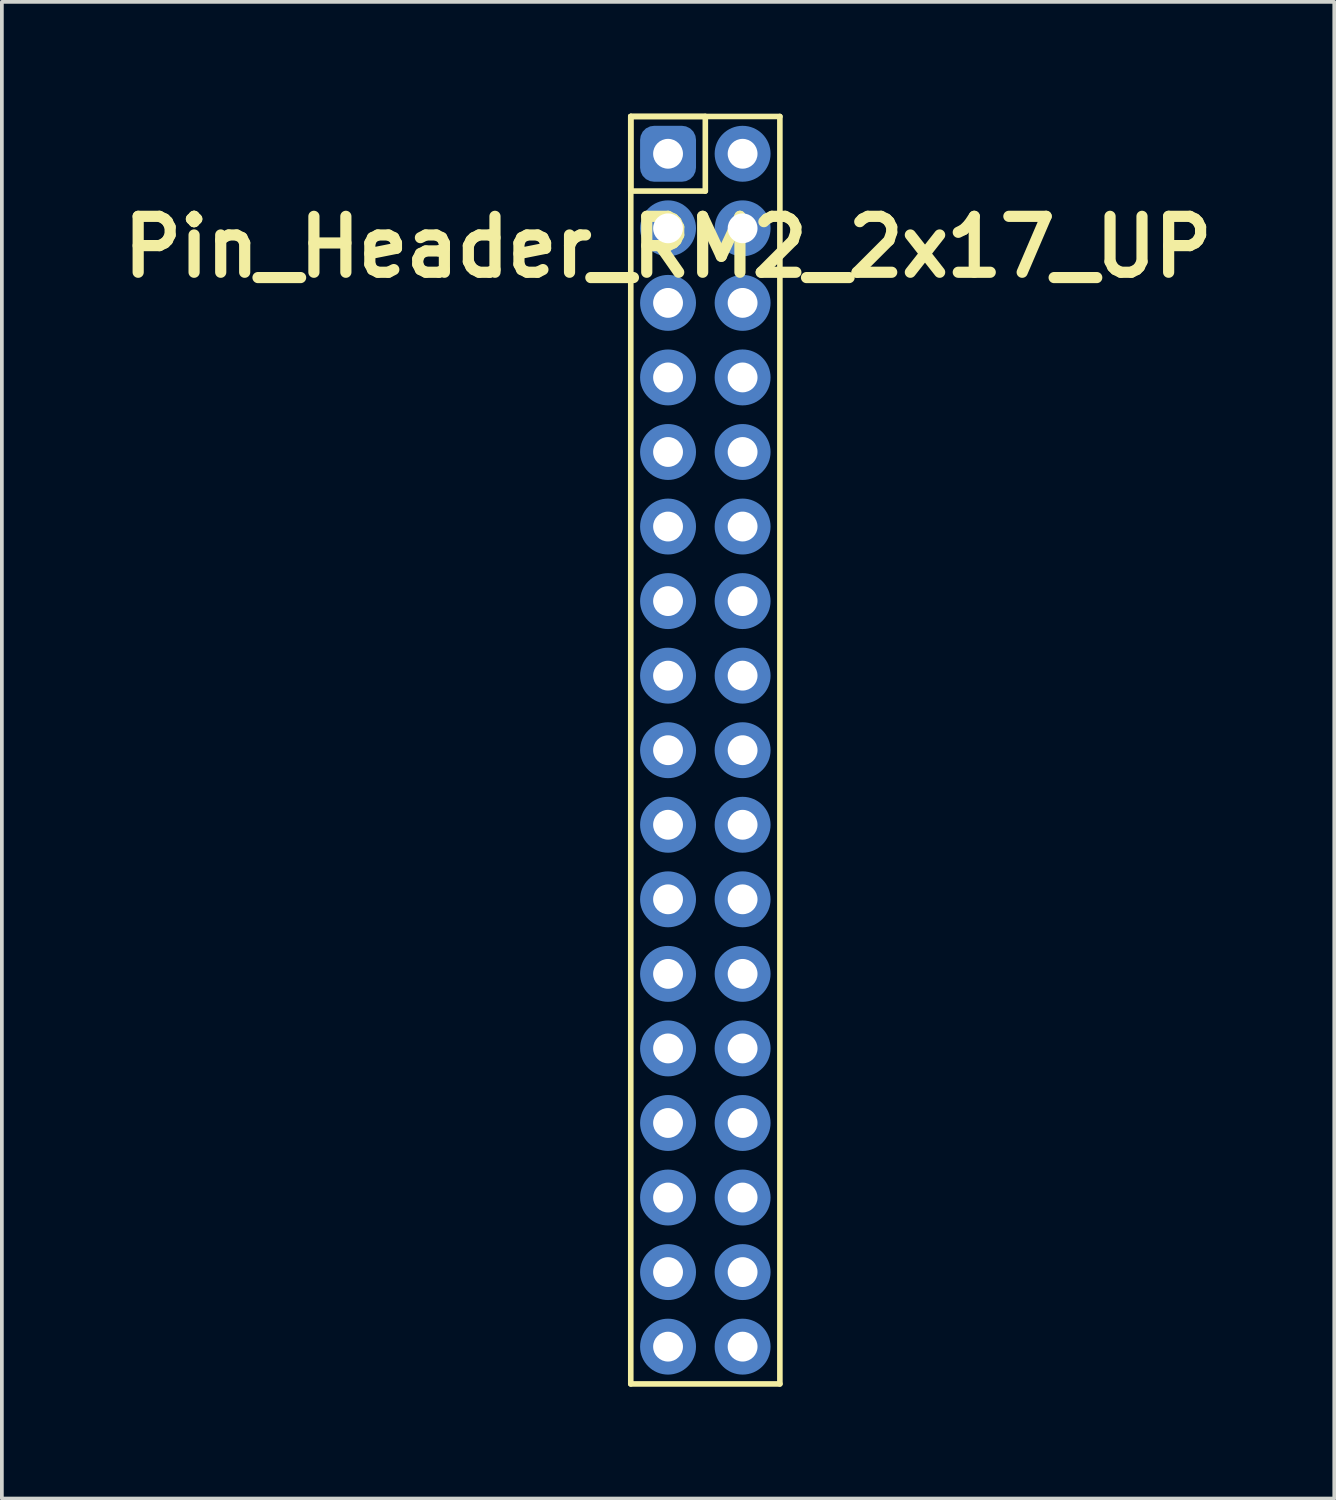
<source format=kicad_pcb>
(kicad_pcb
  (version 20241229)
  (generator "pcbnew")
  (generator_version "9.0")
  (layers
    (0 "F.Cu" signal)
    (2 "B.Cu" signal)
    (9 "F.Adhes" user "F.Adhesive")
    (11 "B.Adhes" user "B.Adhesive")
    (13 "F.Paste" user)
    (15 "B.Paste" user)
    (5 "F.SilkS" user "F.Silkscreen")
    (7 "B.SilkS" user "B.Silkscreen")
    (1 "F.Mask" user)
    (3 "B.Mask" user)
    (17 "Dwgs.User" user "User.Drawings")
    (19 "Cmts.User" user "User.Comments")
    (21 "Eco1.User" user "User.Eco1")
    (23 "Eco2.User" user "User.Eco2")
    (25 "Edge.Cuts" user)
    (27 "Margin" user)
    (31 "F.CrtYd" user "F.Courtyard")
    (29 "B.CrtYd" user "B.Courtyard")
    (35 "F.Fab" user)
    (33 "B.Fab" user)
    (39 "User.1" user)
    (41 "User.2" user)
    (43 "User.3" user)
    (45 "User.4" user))
  (footprint "Pin_Header_RM2_2x17_UP"
    (layer "F.Cu")
    (at 14.871 1.075)
    (property "Reference" "Pin_Header_RM2_2x17_UP" (at 0 2.5 0) (layer "F.SilkS") (effects (font (size 1.5 1.5) (thickness 0.3))))
    (attr through_hole)
    (fp_line (start -1 -1) (end 1 -1) (stroke (width 0.15) (type solid)) (layer "F.SilkS"))
    (fp_line (start -1 -1) (end 3 -1) (stroke (width 0.15) (type solid)) (layer "F.SilkS"))
    (fp_line (start -1 1) (end -1 -1) (stroke (width 0.15) (type solid)) (layer "F.SilkS"))
    (fp_line (start -1 33) (end -1 -1) (stroke (width 0.15) (type solid)) (layer "F.SilkS"))
    (fp_line (start 1 -1) (end 1 1) (stroke (width 0.15) (type solid)) (layer "F.SilkS"))
    (fp_line (start 1 1) (end -1 1) (stroke (width 0.15) (type solid)) (layer "F.SilkS"))
    (fp_line (start 3 -1) (end 3 33) (stroke (width 0.15) (type solid)) (layer "F.SilkS"))
    (fp_line (start 3 33) (end -1 33) (stroke (width 0.15) (type solid)) (layer "F.SilkS"))
    (pad "1" thru_hole circle (at 0 0) (size 1.1 1.1) (drill 0.8) (layers "*.Cu" "*.Mask"))
    (pad "1" smd roundrect (at 0 0) (size 1.25 1.25) (layers "F.Cu" "F.Mask") (roundrect_rratio 0.25))
    (pad "1" smd roundrect (at 0 0) (size 1.5 1.5) (layers "B.Cu" "B.Mask") (roundrect_rratio 0.25))
    (pad "2" thru_hole circle (at 2 0) (size 1.1 1.1) (drill 0.8) (layers "*.Cu" "*.Mask"))
    (pad "2" smd circle (at 2 0) (size 1.25 1.25) (layers "F.Cu" "F.Mask"))
    (pad "2" smd circle (at 2 0) (size 1.5 1.5) (layers "B.Cu" "B.Mask"))
    (pad "3" thru_hole circle (at 0 2) (size 1.1 1.1) (drill 0.8) (layers "*.Cu" "*.Mask"))
    (pad "3" smd circle (at 0 2) (size 1.25 1.25) (layers "F.Cu" "F.Mask"))
    (pad "3" smd circle (at 0 2) (size 1.5 1.5) (layers "B.Cu" "B.Mask"))
    (pad "4" thru_hole circle (at 2 2) (size 1.1 1.1) (drill 0.8) (layers "*.Cu" "*.Mask"))
    (pad "4" smd circle (at 2 2) (size 1.25 1.25) (layers "F.Cu" "F.Mask"))
    (pad "4" smd circle (at 2 2) (size 1.5 1.5) (layers "B.Cu" "B.Mask"))
    (pad "5" thru_hole circle (at 0 4) (size 1.1 1.1) (drill 0.8) (layers "*.Cu" "*.Mask"))
    (pad "5" smd circle (at 0 4) (size 1.25 1.25) (layers "F.Cu" "F.Mask"))
    (pad "5" smd circle (at 0 4) (size 1.5 1.5) (layers "B.Cu" "B.Mask"))
    (pad "6" thru_hole circle (at 2 4) (size 1.1 1.1) (drill 0.8) (layers "*.Cu" "*.Mask"))
    (pad "6" smd circle (at 2 4) (size 1.25 1.25) (layers "F.Cu" "F.Mask"))
    (pad "6" smd circle (at 2 4) (size 1.5 1.5) (layers "B.Cu" "B.Mask"))
    (pad "7" thru_hole circle (at 0 6) (size 1.1 1.1) (drill 0.8) (layers "*.Cu" "*.Mask"))
    (pad "7" smd circle (at 0 6) (size 1.25 1.25) (layers "F.Cu" "F.Mask"))
    (pad "7" smd circle (at 0 6) (size 1.5 1.5) (layers "B.Cu" "B.Mask"))
    (pad "8" thru_hole circle (at 2 6) (size 1.1 1.1) (drill 0.8) (layers "*.Cu" "*.Mask"))
    (pad "8" smd circle (at 2 6) (size 1.25 1.25) (layers "F.Cu" "F.Mask"))
    (pad "8" smd circle (at 2 6) (size 1.5 1.5) (layers "B.Cu" "B.Mask"))
    (pad "9" thru_hole circle (at 0 8) (size 1.1 1.1) (drill 0.8) (layers "*.Cu" "*.Mask"))
    (pad "9" smd circle (at 0 8) (size 1.25 1.25) (layers "F.Cu" "F.Mask"))
    (pad "9" smd circle (at 0 8) (size 1.5 1.5) (layers "B.Cu" "B.Mask"))
    (pad "10" thru_hole circle (at 2 8) (size 1.1 1.1) (drill 0.8) (layers "*.Cu" "*.Mask"))
    (pad "10" smd circle (at 2 8) (size 1.25 1.25) (layers "F.Cu" "F.Mask"))
    (pad "10" smd circle (at 2 8) (size 1.5 1.5) (layers "B.Cu" "B.Mask"))
    (pad "11" thru_hole circle (at 0 10) (size 1.1 1.1) (drill 0.8) (layers "*.Cu" "*.Mask"))
    (pad "11" smd circle (at 0 10) (size 1.25 1.25) (layers "F.Cu" "F.Mask"))
    (pad "11" smd circle (at 0 10) (size 1.5 1.5) (layers "B.Cu" "B.Mask"))
    (pad "12" thru_hole circle (at 2 10) (size 1.1 1.1) (drill 0.8) (layers "*.Cu" "*.Mask"))
    (pad "12" smd circle (at 2 10) (size 1.25 1.25) (layers "F.Cu" "F.Mask"))
    (pad "12" smd circle (at 2 10) (size 1.5 1.5) (layers "B.Cu" "B.Mask"))
    (pad "13" thru_hole circle (at 0 12) (size 1.1 1.1) (drill 0.8) (layers "*.Cu" "*.Mask"))
    (pad "13" smd circle (at 0 12) (size 1.25 1.25) (layers "F.Cu" "F.Mask"))
    (pad "13" smd circle (at 0 12) (size 1.5 1.5) (layers "B.Cu" "B.Mask"))
    (pad "14" thru_hole circle (at 2 12) (size 1.1 1.1) (drill 0.8) (layers "*.Cu" "*.Mask"))
    (pad "14" smd circle (at 2 12) (size 1.25 1.25) (layers "F.Cu" "F.Mask"))
    (pad "14" smd circle (at 2 12) (size 1.5 1.5) (layers "B.Cu" "B.Mask"))
    (pad "15" thru_hole circle (at 0 14) (size 1.1 1.1) (drill 0.8) (layers "*.Cu" "*.Mask"))
    (pad "15" smd circle (at 0 14) (size 1.25 1.25) (layers "F.Cu" "F.Mask"))
    (pad "15" smd circle (at 0 14) (size 1.5 1.5) (layers "B.Cu" "B.Mask"))
    (pad "16" thru_hole circle (at 2 14) (size 1.1 1.1) (drill 0.8) (layers "*.Cu" "*.Mask"))
    (pad "16" smd circle (at 2 14) (size 1.25 1.25) (layers "F.Cu" "F.Mask"))
    (pad "16" smd circle (at 2 14) (size 1.5 1.5) (layers "B.Cu" "B.Mask"))
    (pad "17" thru_hole circle (at 0 16) (size 1.1 1.1) (drill 0.8) (layers "*.Cu" "*.Mask"))
    (pad "17" smd circle (at 0 16) (size 1.25 1.25) (layers "F.Cu" "F.Mask"))
    (pad "17" smd circle (at 0 16) (size 1.5 1.5) (layers "B.Cu" "B.Mask"))
    (pad "18" thru_hole circle (at 2 16) (size 1.1 1.1) (drill 0.8) (layers "*.Cu" "*.Mask"))
    (pad "18" smd circle (at 2 16) (size 1.25 1.25) (layers "F.Cu" "F.Mask"))
    (pad "18" smd circle (at 2 16) (size 1.5 1.5) (layers "B.Cu" "B.Mask"))
    (pad "19" thru_hole circle (at 0 18) (size 1.1 1.1) (drill 0.8) (layers "*.Cu" "*.Mask"))
    (pad "19" smd circle (at 0 18) (size 1.25 1.25) (layers "F.Cu" "F.Mask"))
    (pad "19" smd circle (at 0 18) (size 1.5 1.5) (layers "B.Cu" "B.Mask"))
    (pad "20" thru_hole circle (at 2 18) (size 1.1 1.1) (drill 0.8) (layers "*.Cu" "*.Mask"))
    (pad "20" smd circle (at 2 18) (size 1.25 1.25) (layers "F.Cu" "F.Mask"))
    (pad "20" smd circle (at 2 18) (size 1.5 1.5) (layers "B.Cu" "B.Mask"))
    (pad "21" thru_hole circle (at 0 20) (size 1.1 1.1) (drill 0.8) (layers "*.Cu" "*.Mask"))
    (pad "21" smd circle (at 0 20) (size 1.25 1.25) (layers "F.Cu" "F.Mask"))
    (pad "21" smd circle (at 0 20) (size 1.5 1.5) (layers "B.Cu" "B.Mask"))
    (pad "22" thru_hole circle (at 2 20) (size 1.1 1.1) (drill 0.8) (layers "*.Cu" "*.Mask"))
    (pad "22" smd circle (at 2 20) (size 1.25 1.25) (layers "F.Cu" "F.Mask"))
    (pad "22" smd circle (at 2 20) (size 1.5 1.5) (layers "B.Cu" "B.Mask"))
    (pad "23" thru_hole circle (at 0 22) (size 1.1 1.1) (drill 0.8) (layers "*.Cu" "*.Mask"))
    (pad "23" smd circle (at 0 22) (size 1.25 1.25) (layers "F.Cu" "F.Mask"))
    (pad "23" smd circle (at 0 22) (size 1.5 1.5) (layers "B.Cu" "B.Mask"))
    (pad "24" thru_hole circle (at 2 22) (size 1.1 1.1) (drill 0.8) (layers "*.Cu" "*.Mask"))
    (pad "24" smd circle (at 2 22) (size 1.25 1.25) (layers "F.Cu" "F.Mask"))
    (pad "24" smd circle (at 2 22) (size 1.5 1.5) (layers "B.Cu" "B.Mask"))
    (pad "25" thru_hole circle (at 0 24) (size 1.1 1.1) (drill 0.8) (layers "*.Cu" "*.Mask"))
    (pad "25" smd circle (at 0 24) (size 1.25 1.25) (layers "F.Cu" "F.Mask"))
    (pad "25" smd circle (at 0 24) (size 1.5 1.5) (layers "B.Cu" "B.Mask"))
    (pad "26" thru_hole circle (at 2 24) (size 1.1 1.1) (drill 0.8) (layers "*.Cu" "*.Mask"))
    (pad "26" smd circle (at 2 24) (size 1.25 1.25) (layers "F.Cu" "F.Mask"))
    (pad "26" smd circle (at 2 24) (size 1.5 1.5) (layers "B.Cu" "B.Mask"))
    (pad "27" thru_hole circle (at 0 26) (size 1.1 1.1) (drill 0.8) (layers "*.Cu" "*.Mask"))
    (pad "27" smd circle (at 0 26) (size 1.25 1.25) (layers "F.Cu" "F.Mask"))
    (pad "27" smd circle (at 0 26) (size 1.5 1.5) (layers "B.Cu" "B.Mask"))
    (pad "28" thru_hole circle (at 2 26) (size 1.1 1.1) (drill 0.8) (layers "*.Cu" "*.Mask"))
    (pad "28" smd circle (at 2 26) (size 1.25 1.25) (layers "F.Cu" "F.Mask"))
    (pad "28" smd circle (at 2 26) (size 1.5 1.5) (layers "B.Cu" "B.Mask"))
    (pad "29" thru_hole circle (at 0 28) (size 1.1 1.1) (drill 0.8) (layers "*.Cu" "*.Mask"))
    (pad "29" smd circle (at 0 28) (size 1.25 1.25) (layers "F.Cu" "F.Mask"))
    (pad "29" smd circle (at 0 28) (size 1.5 1.5) (layers "B.Cu" "B.Mask"))
    (pad "30" thru_hole circle (at 2 28) (size 1.1 1.1) (drill 0.8) (layers "*.Cu" "*.Mask"))
    (pad "30" smd circle (at 2 28) (size 1.25 1.25) (layers "F.Cu" "F.Mask"))
    (pad "30" smd circle (at 2 28) (size 1.5 1.5) (layers "B.Cu" "B.Mask"))
    (pad "31" thru_hole circle (at 0 30) (size 1.1 1.1) (drill 0.8) (layers "*.Cu" "*.Mask"))
    (pad "31" smd circle (at 0 30) (size 1.25 1.25) (layers "F.Cu" "F.Mask"))
    (pad "31" smd circle (at 0 30) (size 1.5 1.5) (layers "B.Cu" "B.Mask"))
    (pad "32" thru_hole circle (at 2 30) (size 1.1 1.1) (drill 0.8) (layers "*.Cu" "*.Mask"))
    (pad "32" smd circle (at 2 30) (size 1.25 1.25) (layers "F.Cu" "F.Mask"))
    (pad "32" smd circle (at 2 30) (size 1.5 1.5) (layers "B.Cu" "B.Mask"))
    (pad "33" thru_hole circle (at 0 32) (size 1.1 1.1) (drill 0.8) (layers "*.Cu" "*.Mask"))
    (pad "33" smd circle (at 0 32) (size 1.25 1.25) (layers "F.Cu" "F.Mask"))
    (pad "33" smd circle (at 0 32) (size 1.5 1.5) (layers "B.Cu" "B.Mask"))
    (pad "34" thru_hole circle (at 2 32) (size 1.1 1.1) (drill 0.8) (layers "*.Cu" "*.Mask"))
    (pad "34" smd circle (at 2 32) (size 1.25 1.25) (layers "F.Cu" "F.Mask"))
    (pad "34" smd circle (at 2 32) (size 1.5 1.5) (layers "B.Cu" "B.Mask")))
  (gr_rect
    (start -3 -3)
    (end 32.743 37.15)
    (stroke (width 0.1) (type default))
    (fill no)
    (layer "Edge.Cuts")))
</source>
